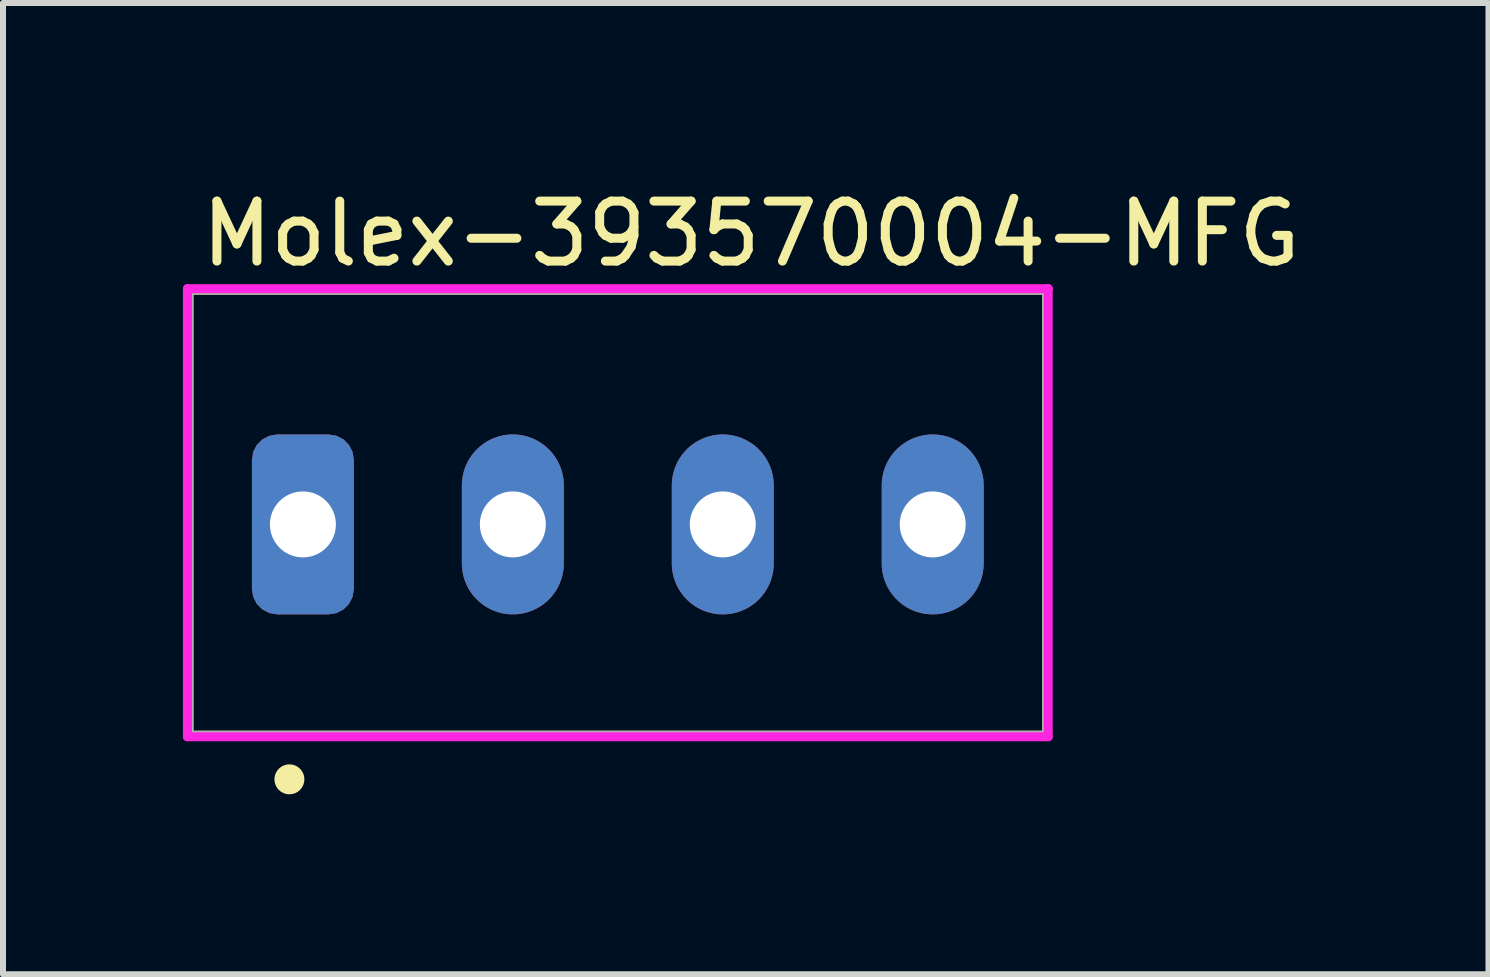
<source format=kicad_pcb>
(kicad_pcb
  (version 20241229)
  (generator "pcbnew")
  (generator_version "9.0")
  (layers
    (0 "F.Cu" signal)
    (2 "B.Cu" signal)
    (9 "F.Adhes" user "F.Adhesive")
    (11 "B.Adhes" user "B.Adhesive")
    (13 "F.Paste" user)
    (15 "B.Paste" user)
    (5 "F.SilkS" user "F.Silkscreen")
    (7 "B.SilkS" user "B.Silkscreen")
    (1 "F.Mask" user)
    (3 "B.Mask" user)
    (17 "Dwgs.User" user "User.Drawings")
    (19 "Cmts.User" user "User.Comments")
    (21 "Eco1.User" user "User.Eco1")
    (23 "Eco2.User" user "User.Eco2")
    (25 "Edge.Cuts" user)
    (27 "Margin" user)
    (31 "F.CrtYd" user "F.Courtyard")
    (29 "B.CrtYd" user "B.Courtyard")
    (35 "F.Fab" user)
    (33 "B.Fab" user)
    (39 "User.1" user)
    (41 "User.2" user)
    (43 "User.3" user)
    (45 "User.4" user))
  (footprint "Molex-393570004-MFG"
    (layer "F.Cu")
    (at 7.25 5.498)
    (property "Reference" "Molex-393570004-MFG" (at -7.02 -4.65 0) (layer "F.SilkS") (effects (font (size 1 1) (thickness 0.15)) (justify left)))
    (attr through_hole)
    (fp_line (start -7.15 -3.71) (end 7.15 -3.71) (stroke (width 0.15) (type solid)) (layer "F.SilkS"))
    (fp_line (start -7.15 3.71) (end -7.15 -3.71) (stroke (width 0.15) (type solid)) (layer "F.SilkS"))
    (fp_line (start -7.15 3.71) (end 7.15 3.71) (stroke (width 0.15) (type solid)) (layer "F.SilkS"))
    (fp_line (start 7.15 3.71) (end 7.15 -3.71) (stroke (width 0.15) (type solid)) (layer "F.SilkS"))
    (fp_circle (center -5.475 4.445) (end -5.35 4.445) (stroke (width 0.25) (type solid)) (fill no) (layer "F.SilkS"))
    (fp_line (start -7.175 -3.735) (end -7.175 3.735) (stroke (width 0.15) (type solid)) (layer "F.CrtYd"))
    (fp_line (start -7.175 3.735) (end 7.175 3.735) (stroke (width 0.15) (type solid)) (layer "F.CrtYd"))
    (fp_line (start 7.175 -3.735) (end -7.175 -3.735) (stroke (width 0.15) (type solid)) (layer "F.CrtYd"))
    (fp_line (start 7.175 -3.735) (end 7.175 -3.735) (stroke (width 0.15) (type solid)) (layer "F.CrtYd"))
    (fp_line (start 7.175 3.735) (end 7.175 -3.735) (stroke (width 0.15) (type solid)) (layer "F.CrtYd"))
    (fp_line (start -7.15 -3.71) (end 7.15 -3.71) (stroke (width 0.15) (type solid)) (layer "F.Fab"))
    (fp_line (start -7.15 3.71) (end -7.15 -3.71) (stroke (width 0.15) (type solid)) (layer "F.Fab"))
    (fp_line (start 7.15 -3.71) (end 7.15 3.71) (stroke (width 0.15) (type solid)) (layer "F.Fab"))
    (fp_line (start 7.15 3.71) (end -7.15 3.71) (stroke (width 0.15) (type solid)) (layer "F.Fab"))
    (pad "1" thru_hole roundrect (at -5.25 0.195 90) (size 3 1.7) (drill 1.1) (layers "*.Cu") (roundrect_rratio 0.25))
    (pad "2" thru_hole oval (at -1.75 0.195 90) (size 3 1.7) (drill 1.1) (layers "*.Cu"))
    (pad "3" thru_hole oval (at 1.75 0.195 90) (size 3 1.7) (drill 1.1) (layers "*.Cu"))
    (pad "4" thru_hole oval (at 5.25 0.195 90) (size 3 1.7) (drill 1.1) (layers "*.Cu")))
  (gr_rect
    (start -3 -3)
    (end 21.766 13.193)
    (stroke (width 0.1) (type default))
    (fill no)
    (layer "Edge.Cuts")))
</source>
